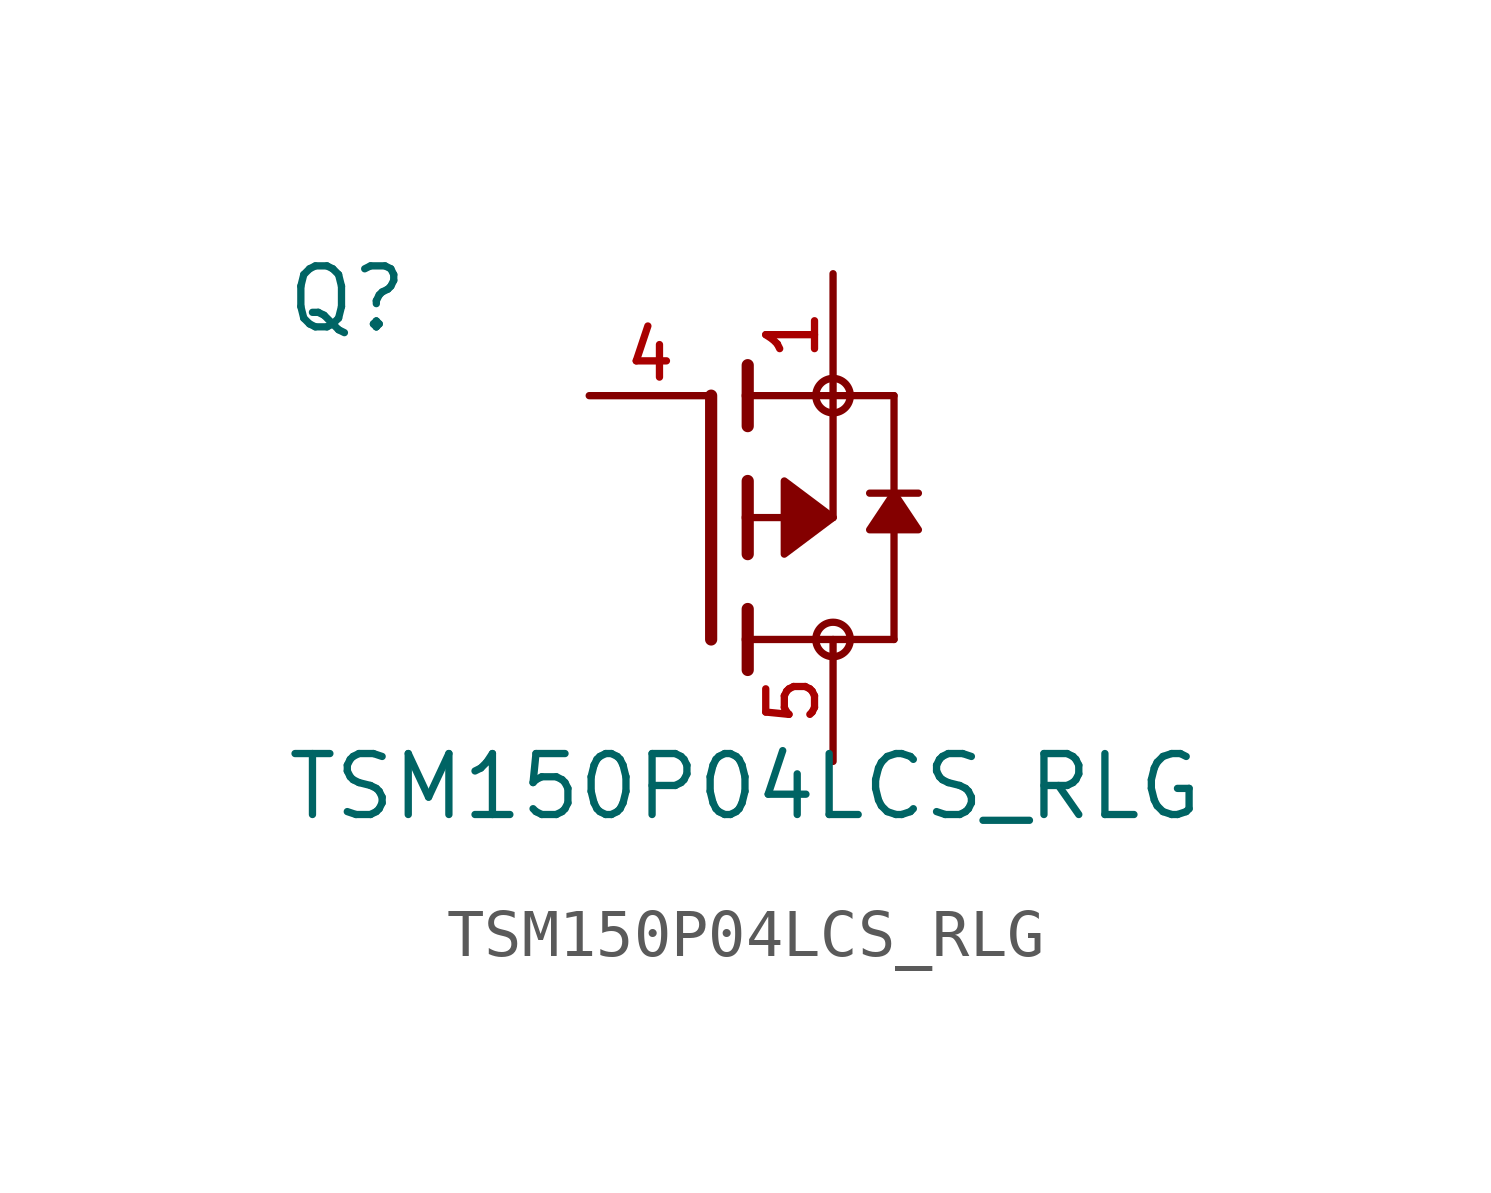
<source format=kicad_sym>
(kicad_symbol_lib
  (version 20211014)
  (generator kicad_symbol_editor)
  (symbol "TSM150P04LCS_RLG"
    (pin_names
      (offset 1.016))
    (property "Reference" "Q"
      (at -8.89 3.81 0)
      (effects (font (size 1.27 1.27)) (justify bottom left)))
    (property "Value" "TSM150P04LCS_RLG"
      (at -8.89 -6.35 0)
      (effects (font (size 1.27 1.27)) (justify bottom left)))
    (symbol "TSM150P04LCS_RLG_0_0"
      (polyline (pts (xy 0.762 -0.762) (xy 0.762 0.0)) (stroke (width 0.254)))
      (polyline (pts (xy 0.762 0.0) (xy 0.762 0.762)) (stroke (width 0.254)))
      (polyline (pts (xy 0.762 -3.175) (xy 0.762 -2.54)) (stroke (width 0.254)))
      (polyline (pts (xy 0.762 -2.54) (xy 0.762 -1.905)) (stroke (width 0.254)))
      (polyline (pts (xy 0.762 0.0) (xy 2.54 0.0)) (stroke (width 0.152)))
      (polyline (pts (xy 2.54 0.0) (xy 2.54 2.54)) (stroke (width 0.152)))
      (polyline (pts (xy 0.762 1.905) (xy 0.762 2.54)) (stroke (width 0.254)))
      (polyline (pts (xy 0.762 2.54) (xy 0.762 3.175)) (stroke (width 0.254)))
      (polyline (pts (xy 0.0 -2.54) (xy 0.0 2.54)) (stroke (width 0.254)))
      (polyline (pts (xy 2.54 2.54) (xy 0.762 2.54)) (stroke (width 0.152)))
      (polyline (pts (xy 3.81 -2.54) (xy 3.81 0.508)) (stroke (width 0.152)))
      (polyline (pts (xy 3.81 0.508) (xy 3.81 2.54)) (stroke (width 0.152)))
      (polyline (pts (xy 2.54 2.54) (xy 3.81 2.54)) (stroke (width 0.152)))
      (polyline (pts (xy 0.762 -2.54) (xy 3.81 -2.54)) (stroke (width 0.152)))
      (polyline (pts (xy 3.302 0.508) (xy 3.81 0.508)) (stroke (width 0.152)))
      (polyline (pts (xy 3.81 0.508) (xy 4.318 0.508)) (stroke (width 0.152)))
      (circle (center 2.54 2.54) (radius 0.359) (stroke (width 0.0)) (fill (type none)))
      (circle (center 2.54 -2.54) (radius 0.359) (stroke (width 0.0)) (fill (type none)))
      (polyline (pts (xy 3.81 0.508) (xy 4.318 -0.254) (xy 3.302 -0.254) (xy 3.81 0.508)) (stroke (width 0.152)) (fill (type outline)))
      (polyline (pts (xy 2.54 0.0) (xy 1.524 0.762) (xy 1.524 -0.762) (xy 2.54 0.0)) (stroke (width 0.152)) (fill (type outline)))
      (pin passive line (at 2.54 5.08 270.0) (length 2.54) (name "~" (effects (font (size 1.016 1.016)))) (number "1" (effects (font (size 1.016 1.016)))))
      (pin passive line (at -2.54 2.54 0) (length 2.54) (name "~" (effects (font (size 1.016 1.016)))) (number "4" (effects (font (size 1.016 1.016)))))
      (pin passive line (at 2.54 -5.08 90.0) (length 2.54) (name "~" (effects (font (size 1.016 1.016)))) (number "5" (effects (font (size 1.016 1.016))))))))
</source>
